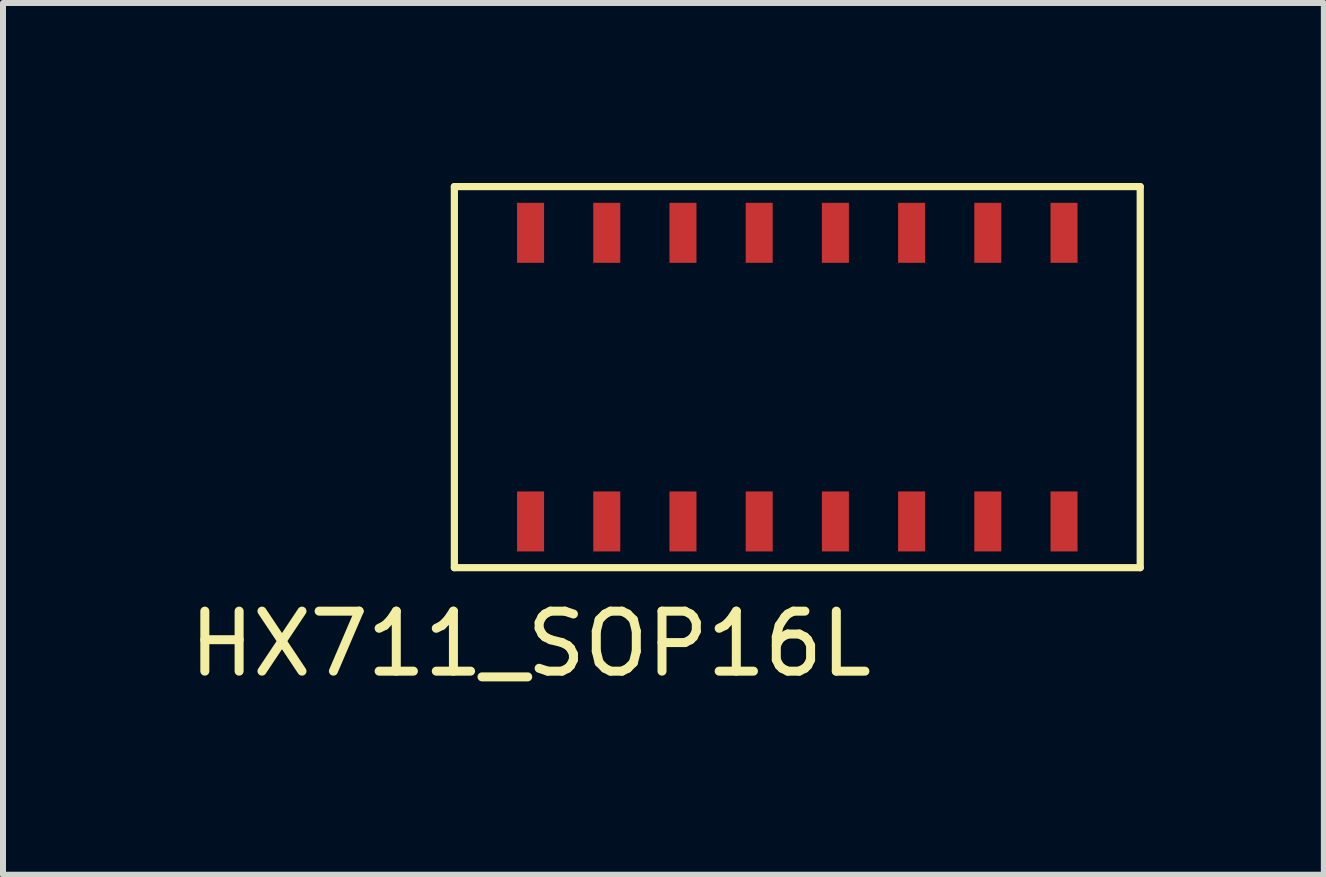
<source format=kicad_pcb>
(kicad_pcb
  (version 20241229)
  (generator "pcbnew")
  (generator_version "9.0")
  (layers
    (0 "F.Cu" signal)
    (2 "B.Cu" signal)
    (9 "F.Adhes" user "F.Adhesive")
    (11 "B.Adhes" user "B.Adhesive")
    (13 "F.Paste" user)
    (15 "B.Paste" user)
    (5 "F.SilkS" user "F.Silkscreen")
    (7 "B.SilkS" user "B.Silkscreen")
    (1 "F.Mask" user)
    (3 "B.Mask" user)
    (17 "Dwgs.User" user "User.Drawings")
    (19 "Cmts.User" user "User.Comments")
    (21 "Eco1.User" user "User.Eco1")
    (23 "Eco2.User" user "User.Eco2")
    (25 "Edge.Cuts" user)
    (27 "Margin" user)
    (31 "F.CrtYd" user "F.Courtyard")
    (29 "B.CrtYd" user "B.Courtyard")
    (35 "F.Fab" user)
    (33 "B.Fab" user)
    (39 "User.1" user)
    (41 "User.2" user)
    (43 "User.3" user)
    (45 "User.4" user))
  (footprint "HX711_SOP16L"
    (layer "F.Cu")
    (at 5.792 5.14)
    (property "Reference" "HX711_SOP16L" (at 0 2.54 0) (layer "F.SilkS") (effects (font (size 1 1) (thickness 0.15))))
    (attr through_hole)
    (fp_line (start -1.27 -5.08) (end 10.16 -5.08) (stroke (width 0.12) (type solid)) (layer "F.SilkS"))
    (fp_line (start -1.27 1.27) (end -1.27 -5.08) (stroke (width 0.12) (type solid)) (layer "F.SilkS"))
    (fp_line (start 10.16 -5.08) (end 10.16 1.27) (stroke (width 0.12) (type solid)) (layer "F.SilkS"))
    (fp_line (start 10.16 1.27) (end -1.27 1.27) (stroke (width 0.12) (type solid)) (layer "F.SilkS"))
    (pad "1" smd rect (at 0 0) (size 0.45 1) (drill (offset 0 0.5)) (layers "F.Cu" "F.Mask" "F.Paste"))
    (pad "2" smd rect (at 1.27 0) (size 0.45 1) (drill (offset 0 0.5)) (layers "F.Cu" "F.Mask" "F.Paste"))
    (pad "3" smd rect (at 2.54 0) (size 0.45 1) (drill (offset 0 0.5)) (layers "F.Cu" "F.Mask" "F.Paste"))
    (pad "4" smd rect (at 3.81 0) (size 0.45 1) (drill (offset 0 0.5)) (layers "F.Cu" "F.Mask" "F.Paste"))
    (pad "5" smd rect (at 5.08 0) (size 0.45 1) (drill (offset 0 0.5)) (layers "F.Cu" "F.Mask" "F.Paste"))
    (pad "6" smd rect (at 6.35 0) (size 0.45 1) (drill (offset 0 0.5)) (layers "F.Cu" "F.Mask" "F.Paste"))
    (pad "7" smd rect (at 7.62 0) (size 0.45 1) (drill (offset 0 0.5)) (layers "F.Cu" "F.Mask" "F.Paste"))
    (pad "8" smd rect (at 8.89 0) (size 0.45 1) (drill (offset 0 0.5)) (layers "F.Cu" "F.Mask" "F.Paste"))
    (pad "9" smd rect (at 8.89 -3.81) (size 0.45 1) (drill (offset 0 -0.5)) (layers "F.Cu" "F.Mask" "F.Paste"))
    (pad "10" smd rect (at 7.62 -3.81) (size 0.45 1) (drill (offset 0 -0.5)) (layers "F.Cu" "F.Mask" "F.Paste"))
    (pad "11" smd rect (at 6.35 -3.81) (size 0.45 1) (drill (offset 0 -0.5)) (layers "F.Cu" "F.Mask" "F.Paste"))
    (pad "12" smd rect (at 5.08 -3.81) (size 0.45 1) (drill (offset 0 -0.5)) (layers "F.Cu" "F.Mask" "F.Paste"))
    (pad "13" smd rect (at 3.81 -3.81) (size 0.45 1) (drill (offset 0 -0.5)) (layers "F.Cu" "F.Mask" "F.Paste"))
    (pad "14" smd rect (at 2.54 -3.81) (size 0.45 1) (drill (offset 0 -0.5)) (layers "F.Cu" "F.Mask" "F.Paste"))
    (pad "15" smd rect (at 1.27 -3.81) (size 0.45 1) (drill (offset 0 -0.5)) (layers "F.Cu" "F.Mask" "F.Paste"))
    (pad "16" smd rect (at 0 -3.81) (size 0.45 1) (drill (offset 0 -0.5)) (layers "F.Cu" "F.Mask" "F.Paste")))
  (gr_rect
    (start -3 -3)
    (end 19.012 11.528)
    (stroke (width 0.1) (type default))
    (fill no)
    (layer "Edge.Cuts")))
</source>
